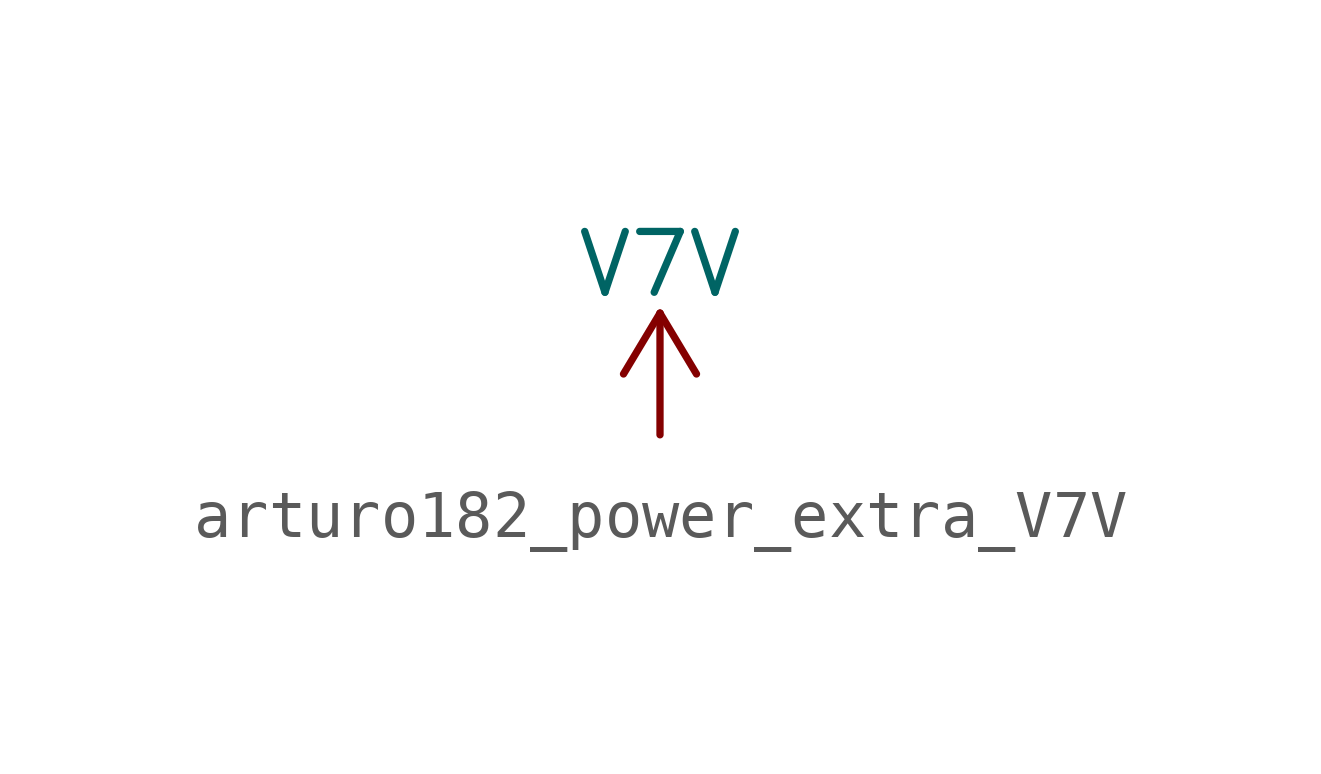
<source format=kicad_sym>
(kicad_symbol_lib
  (version 20220914)
  (generator kicad_symbol_editor)
  (symbol "power_extra:arturo182_power_extra_V7V"
    (power)
    (pin_names
      (offset 0))
    (property "Reference" "#PWR"
      (at 0 -3.81 0)
      (effects (font (size 1.27 1.27)) hide))
    (property "Value" "V7V"
      (at 0 3.556 0)
      (effects (font (size 1.27 1.27))))
    (symbol "arturo182_power_extra_V7V_0_1"
      (polyline (pts (xy -0.762 1.27) (xy 0 2.54)) (stroke (width 0)) (fill (type none)))
      (polyline (pts (xy 0 0) (xy 0 2.54)) (stroke (width 0)) (fill (type none)))
      (polyline (pts (xy 0 2.54) (xy 0.762 1.27)) (stroke (width 0)) (fill (type none))))
    (symbol "arturo182_power_extra_V7V_1_1"
      (pin power_in line (at 0 0 90) (length 0) hide (name "V7V" (effects (font (size 1.27 1.27)))) (number "1" (effects (font (size 1.27 1.27))))))))
</source>
